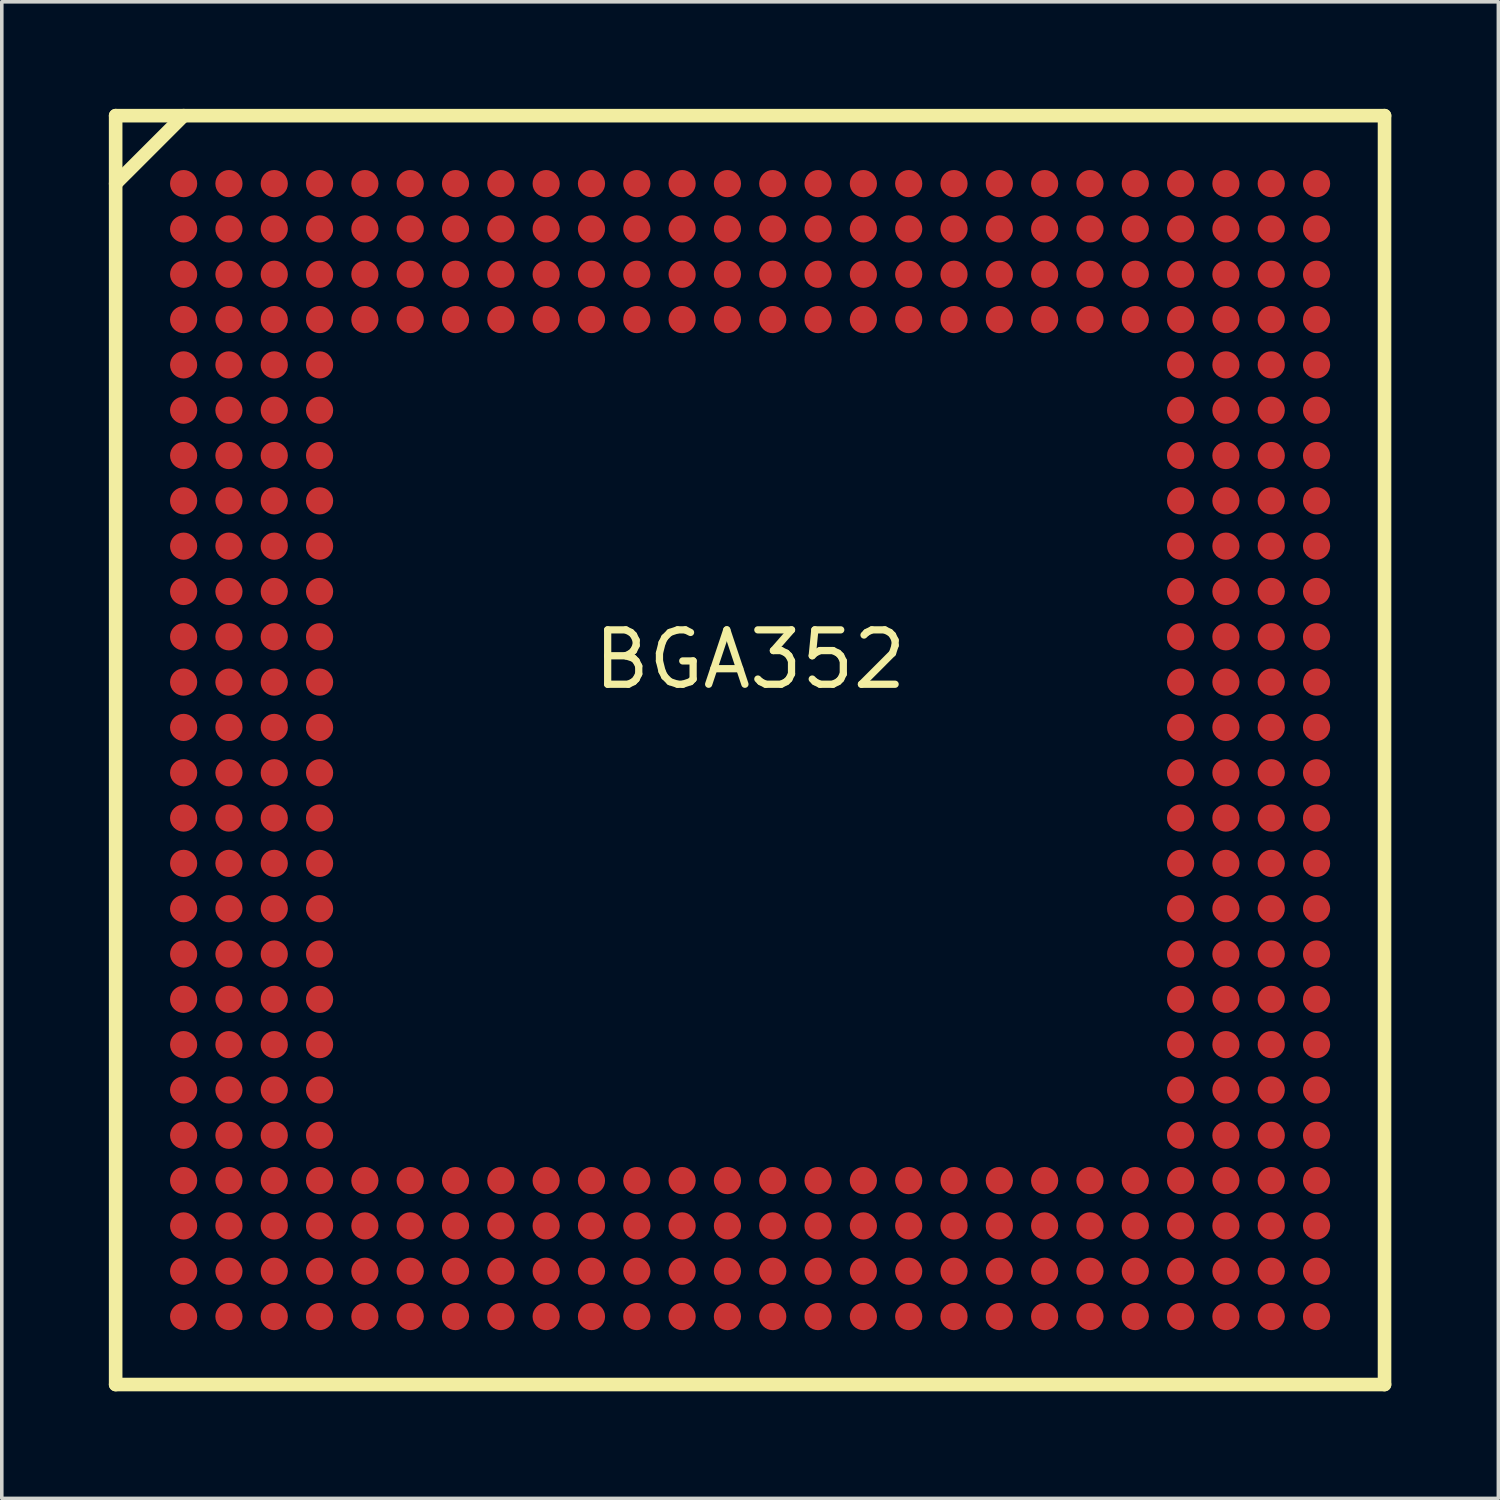
<source format=kicad_pcb>
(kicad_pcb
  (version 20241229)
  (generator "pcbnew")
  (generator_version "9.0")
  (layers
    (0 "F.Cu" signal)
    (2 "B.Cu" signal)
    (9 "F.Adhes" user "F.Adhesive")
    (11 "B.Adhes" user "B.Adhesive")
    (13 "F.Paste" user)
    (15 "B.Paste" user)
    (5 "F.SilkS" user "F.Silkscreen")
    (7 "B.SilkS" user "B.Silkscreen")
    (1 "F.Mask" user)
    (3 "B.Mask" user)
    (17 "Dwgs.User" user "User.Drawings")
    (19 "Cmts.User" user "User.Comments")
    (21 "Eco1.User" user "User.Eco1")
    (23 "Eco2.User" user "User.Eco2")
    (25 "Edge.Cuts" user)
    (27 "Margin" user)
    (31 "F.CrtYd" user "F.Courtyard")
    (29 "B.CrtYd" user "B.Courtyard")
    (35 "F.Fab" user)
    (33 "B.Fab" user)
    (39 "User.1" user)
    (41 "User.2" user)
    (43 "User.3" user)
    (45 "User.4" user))
  (footprint "BGA352"
    (layer "F.Cu")
    (at 17.971 17.971)
    (property "Reference" "BGA352" (at 0 -2.54 0) (layer "F.SilkS") (effects (font (size 1.524 1.524) (thickness 0.203))))
    (attr smd)
    (fp_line (start -17.78 -17.78) (end 17.78 -17.78) (stroke (width 0.381) (type solid)) (layer "F.SilkS"))
    (fp_line (start -17.78 -15.875) (end -15.875 -17.78) (stroke (width 0.381) (type solid)) (layer "F.SilkS"))
    (fp_line (start -17.78 17.78) (end -17.78 -17.78) (stroke (width 0.381) (type solid)) (layer "F.SilkS"))
    (fp_line (start 17.78 -17.78) (end 17.78 17.78) (stroke (width 0.381) (type solid)) (layer "F.SilkS"))
    (fp_line (start 17.78 17.78) (end -17.78 17.78) (stroke (width 0.381) (type solid)) (layer "F.SilkS"))
    (pad "A1" smd circle (at -15.875 -15.875) (size 0.762 0.762) (layers "F.Cu" "F.Mask" "F.Paste"))
    (pad "A2" smd circle (at -14.605 -15.875) (size 0.762 0.762) (layers "F.Cu" "F.Mask" "F.Paste"))
    (pad "A3" smd circle (at -13.335 -15.875) (size 0.762 0.762) (layers "F.Cu" "F.Mask" "F.Paste"))
    (pad "A4" smd circle (at -12.065 -15.875) (size 0.762 0.762) (layers "F.Cu" "F.Mask" "F.Paste"))
    (pad "A5" smd circle (at -10.795 -15.875) (size 0.762 0.762) (layers "F.Cu" "F.Mask" "F.Paste"))
    (pad "A6" smd circle (at -9.525 -15.875) (size 0.762 0.762) (layers "F.Cu" "F.Mask" "F.Paste"))
    (pad "A7" smd circle (at -8.255 -15.875) (size 0.762 0.762) (layers "F.Cu" "F.Mask" "F.Paste"))
    (pad "A8" smd circle (at -6.985 -15.875) (size 0.762 0.762) (layers "F.Cu" "F.Mask" "F.Paste"))
    (pad "A9" smd circle (at -5.715 -15.875) (size 0.762 0.762) (layers "F.Cu" "F.Mask" "F.Paste"))
    (pad "A10" smd circle (at -4.445 -15.875) (size 0.762 0.762) (layers "F.Cu" "F.Mask" "F.Paste"))
    (pad "A11" smd circle (at -3.175 -15.875) (size 0.762 0.762) (layers "F.Cu" "F.Mask" "F.Paste"))
    (pad "A12" smd circle (at -1.905 -15.875) (size 0.762 0.762) (layers "F.Cu" "F.Mask" "F.Paste"))
    (pad "A13" smd circle (at -0.635 -15.875) (size 0.762 0.762) (layers "F.Cu" "F.Mask" "F.Paste"))
    (pad "A14" smd circle (at 0.635 -15.875) (size 0.762 0.762) (layers "F.Cu" "F.Mask" "F.Paste"))
    (pad "A15" smd circle (at 1.905 -15.875) (size 0.762 0.762) (layers "F.Cu" "F.Mask" "F.Paste"))
    (pad "A16" smd circle (at 3.175 -15.875) (size 0.762 0.762) (layers "F.Cu" "F.Mask" "F.Paste"))
    (pad "A17" smd circle (at 4.445 -15.875) (size 0.762 0.762) (layers "F.Cu" "F.Mask" "F.Paste"))
    (pad "A18" smd circle (at 5.715 -15.875) (size 0.762 0.762) (layers "F.Cu" "F.Mask" "F.Paste"))
    (pad "A19" smd circle (at 6.985 -15.875) (size 0.762 0.762) (layers "F.Cu" "F.Mask" "F.Paste"))
    (pad "A20" smd circle (at 8.255 -15.875) (size 0.762 0.762) (layers "F.Cu" "F.Mask" "F.Paste"))
    (pad "A21" smd circle (at 9.525 -15.875) (size 0.762 0.762) (layers "F.Cu" "F.Mask" "F.Paste"))
    (pad "A22" smd circle (at 10.795 -15.875) (size 0.762 0.762) (layers "F.Cu" "F.Mask" "F.Paste"))
    (pad "A23" smd circle (at 12.065 -15.875) (size 0.762 0.762) (layers "F.Cu" "F.Mask" "F.Paste"))
    (pad "A24" smd circle (at 13.335 -15.875) (size 0.762 0.762) (layers "F.Cu" "F.Mask" "F.Paste"))
    (pad "A25" smd circle (at 14.605 -15.875) (size 0.762 0.762) (layers "F.Cu" "F.Mask" "F.Paste"))
    (pad "A26" smd circle (at 15.875 -15.875) (size 0.762 0.762) (layers "F.Cu" "F.Mask" "F.Paste"))
    (pad "AA1" smd circle (at -15.875 9.525) (size 0.762 0.762) (layers "F.Cu" "F.Mask" "F.Paste"))
    (pad "AA2" smd circle (at -14.605 9.525) (size 0.762 0.762) (layers "F.Cu" "F.Mask" "F.Paste"))
    (pad "AA3" smd circle (at -13.335 9.525) (size 0.762 0.762) (layers "F.Cu" "F.Mask" "F.Paste"))
    (pad "AA4" smd circle (at -12.065 9.525) (size 0.762 0.762) (layers "F.Cu" "F.Mask" "F.Paste"))
    (pad "AA23" smd circle (at 12.065 9.525) (size 0.762 0.762) (layers "F.Cu" "F.Mask" "F.Paste"))
    (pad "AA24" smd circle (at 13.335 9.525) (size 0.762 0.762) (layers "F.Cu" "F.Mask" "F.Paste"))
    (pad "AA25" smd circle (at 14.605 9.525) (size 0.762 0.762) (layers "F.Cu" "F.Mask" "F.Paste"))
    (pad "AA26" smd circle (at 15.875 9.525) (size 0.762 0.762) (layers "F.Cu" "F.Mask" "F.Paste"))
    (pad "AB1" smd circle (at -15.875 10.795) (size 0.762 0.762) (layers "F.Cu" "F.Mask" "F.Paste"))
    (pad "AB2" smd circle (at -14.605 10.795) (size 0.762 0.762) (layers "F.Cu" "F.Mask" "F.Paste"))
    (pad "AB3" smd circle (at -13.335 10.795) (size 0.762 0.762) (layers "F.Cu" "F.Mask" "F.Paste"))
    (pad "AB4" smd circle (at -12.065 10.795) (size 0.762 0.762) (layers "F.Cu" "F.Mask" "F.Paste"))
    (pad "AB23" smd circle (at 12.065 10.795) (size 0.762 0.762) (layers "F.Cu" "F.Mask" "F.Paste"))
    (pad "AB24" smd circle (at 13.335 10.795) (size 0.762 0.762) (layers "F.Cu" "F.Mask" "F.Paste"))
    (pad "AB25" smd circle (at 14.605 10.795) (size 0.762 0.762) (layers "F.Cu" "F.Mask" "F.Paste"))
    (pad "AB26" smd circle (at 15.875 10.795) (size 0.762 0.762) (layers "F.Cu" "F.Mask" "F.Paste"))
    (pad "AC1" smd circle (at -15.875 12.065) (size 0.762 0.762) (layers "F.Cu" "F.Mask" "F.Paste"))
    (pad "AC2" smd circle (at -14.605 12.065) (size 0.762 0.762) (layers "F.Cu" "F.Mask" "F.Paste"))
    (pad "AC3" smd circle (at -13.335 12.065) (size 0.762 0.762) (layers "F.Cu" "F.Mask" "F.Paste"))
    (pad "AC4" smd circle (at -12.065 12.065) (size 0.762 0.762) (layers "F.Cu" "F.Mask" "F.Paste"))
    (pad "AC5" smd circle (at -10.795 12.065) (size 0.762 0.762) (layers "F.Cu" "F.Mask" "F.Paste"))
    (pad "AC6" smd circle (at -9.525 12.065) (size 0.762 0.762) (layers "F.Cu" "F.Mask" "F.Paste"))
    (pad "AC7" smd circle (at -8.255 12.065) (size 0.762 0.762) (layers "F.Cu" "F.Mask" "F.Paste"))
    (pad "AC8" smd circle (at -6.985 12.065) (size 0.762 0.762) (layers "F.Cu" "F.Mask" "F.Paste"))
    (pad "AC9" smd circle (at -5.715 12.065) (size 0.762 0.762) (layers "F.Cu" "F.Mask" "F.Paste"))
    (pad "AC10" smd circle (at -4.445 12.065) (size 0.762 0.762) (layers "F.Cu" "F.Mask" "F.Paste"))
    (pad "AC11" smd circle (at -3.175 12.065) (size 0.762 0.762) (layers "F.Cu" "F.Mask" "F.Paste"))
    (pad "AC12" smd circle (at -1.905 12.065) (size 0.762 0.762) (layers "F.Cu" "F.Mask" "F.Paste"))
    (pad "AC13" smd circle (at -0.635 12.065) (size 0.762 0.762) (layers "F.Cu" "F.Mask" "F.Paste"))
    (pad "AC14" smd circle (at 0.635 12.065) (size 0.762 0.762) (layers "F.Cu" "F.Mask" "F.Paste"))
    (pad "AC15" smd circle (at 1.905 12.065) (size 0.762 0.762) (layers "F.Cu" "F.Mask" "F.Paste"))
    (pad "AC16" smd circle (at 3.175 12.065) (size 0.762 0.762) (layers "F.Cu" "F.Mask" "F.Paste"))
    (pad "AC17" smd circle (at 4.445 12.065) (size 0.762 0.762) (layers "F.Cu" "F.Mask" "F.Paste"))
    (pad "AC18" smd circle (at 5.715 12.065) (size 0.762 0.762) (layers "F.Cu" "F.Mask" "F.Paste"))
    (pad "AC19" smd circle (at 6.985 12.065) (size 0.762 0.762) (layers "F.Cu" "F.Mask" "F.Paste"))
    (pad "AC20" smd circle (at 8.255 12.065) (size 0.762 0.762) (layers "F.Cu" "F.Mask" "F.Paste"))
    (pad "AC21" smd circle (at 9.525 12.065) (size 0.762 0.762) (layers "F.Cu" "F.Mask" "F.Paste"))
    (pad "AC22" smd circle (at 10.795 12.065) (size 0.762 0.762) (layers "F.Cu" "F.Mask" "F.Paste"))
    (pad "AC23" smd circle (at 12.065 12.065) (size 0.762 0.762) (layers "F.Cu" "F.Mask" "F.Paste"))
    (pad "AC24" smd circle (at 13.335 12.065) (size 0.762 0.762) (layers "F.Cu" "F.Mask" "F.Paste"))
    (pad "AC25" smd circle (at 14.605 12.065) (size 0.762 0.762) (layers "F.Cu" "F.Mask" "F.Paste"))
    (pad "AC26" smd circle (at 15.875 12.065) (size 0.762 0.762) (layers "F.Cu" "F.Mask" "F.Paste"))
    (pad "AD1" smd circle (at -15.875 13.335) (size 0.762 0.762) (layers "F.Cu" "F.Mask" "F.Paste"))
    (pad "AD2" smd circle (at -14.605 13.335) (size 0.762 0.762) (layers "F.Cu" "F.Mask" "F.Paste"))
    (pad "AD3" smd circle (at -13.335 13.335) (size 0.762 0.762) (layers "F.Cu" "F.Mask" "F.Paste"))
    (pad "AD4" smd circle (at -12.065 13.335) (size 0.762 0.762) (layers "F.Cu" "F.Mask" "F.Paste"))
    (pad "AD5" smd circle (at -10.795 13.335) (size 0.762 0.762) (layers "F.Cu" "F.Mask" "F.Paste"))
    (pad "AD6" smd circle (at -9.525 13.335) (size 0.762 0.762) (layers "F.Cu" "F.Mask" "F.Paste"))
    (pad "AD7" smd circle (at -8.255 13.335) (size 0.762 0.762) (layers "F.Cu" "F.Mask" "F.Paste"))
    (pad "AD8" smd circle (at -6.985 13.335) (size 0.762 0.762) (layers "F.Cu" "F.Mask" "F.Paste"))
    (pad "AD9" smd circle (at -5.715 13.335) (size 0.762 0.762) (layers "F.Cu" "F.Mask" "F.Paste"))
    (pad "AD10" smd circle (at -4.445 13.335) (size 0.762 0.762) (layers "F.Cu" "F.Mask" "F.Paste"))
    (pad "AD11" smd circle (at -3.175 13.335) (size 0.762 0.762) (layers "F.Cu" "F.Mask" "F.Paste"))
    (pad "AD12" smd circle (at -1.905 13.335) (size 0.762 0.762) (layers "F.Cu" "F.Mask" "F.Paste"))
    (pad "AD13" smd circle (at -0.635 13.335) (size 0.762 0.762) (layers "F.Cu" "F.Mask" "F.Paste"))
    (pad "AD14" smd circle (at 0.635 13.335) (size 0.762 0.762) (layers "F.Cu" "F.Mask" "F.Paste"))
    (pad "AD15" smd circle (at 1.905 13.335) (size 0.762 0.762) (layers "F.Cu" "F.Mask" "F.Paste"))
    (pad "AD16" smd circle (at 3.175 13.335) (size 0.762 0.762) (layers "F.Cu" "F.Mask" "F.Paste"))
    (pad "AD17" smd circle (at 4.445 13.335) (size 0.762 0.762) (layers "F.Cu" "F.Mask" "F.Paste"))
    (pad "AD18" smd circle (at 5.715 13.335) (size 0.762 0.762) (layers "F.Cu" "F.Mask" "F.Paste"))
    (pad "AD19" smd circle (at 6.985 13.335) (size 0.762 0.762) (layers "F.Cu" "F.Mask" "F.Paste"))
    (pad "AD20" smd circle (at 8.255 13.335) (size 0.762 0.762) (layers "F.Cu" "F.Mask" "F.Paste"))
    (pad "AD21" smd circle (at 9.525 13.335) (size 0.762 0.762) (layers "F.Cu" "F.Mask" "F.Paste"))
    (pad "AD22" smd circle (at 10.795 13.335) (size 0.762 0.762) (layers "F.Cu" "F.Mask" "F.Paste"))
    (pad "AD23" smd circle (at 12.065 13.335) (size 0.762 0.762) (layers "F.Cu" "F.Mask" "F.Paste"))
    (pad "AD24" smd circle (at 13.335 13.335) (size 0.762 0.762) (layers "F.Cu" "F.Mask" "F.Paste"))
    (pad "AD25" smd circle (at 14.605 13.335) (size 0.762 0.762) (layers "F.Cu" "F.Mask" "F.Paste"))
    (pad "AD26" smd circle (at 15.875 13.335) (size 0.762 0.762) (layers "F.Cu" "F.Mask" "F.Paste"))
    (pad "AE1" smd circle (at -15.875 14.605) (size 0.762 0.762) (layers "F.Cu" "F.Mask" "F.Paste"))
    (pad "AE2" smd circle (at -14.605 14.605) (size 0.762 0.762) (layers "F.Cu" "F.Mask" "F.Paste"))
    (pad "AE3" smd circle (at -13.335 14.605) (size 0.762 0.762) (layers "F.Cu" "F.Mask" "F.Paste"))
    (pad "AE4" smd circle (at -12.065 14.605) (size 0.762 0.762) (layers "F.Cu" "F.Mask" "F.Paste"))
    (pad "AE5" smd circle (at -10.795 14.605) (size 0.762 0.762) (layers "F.Cu" "F.Mask" "F.Paste"))
    (pad "AE6" smd circle (at -9.525 14.605) (size 0.762 0.762) (layers "F.Cu" "F.Mask" "F.Paste"))
    (pad "AE7" smd circle (at -8.255 14.605) (size 0.762 0.762) (layers "F.Cu" "F.Mask" "F.Paste"))
    (pad "AE8" smd circle (at -6.985 14.605) (size 0.762 0.762) (layers "F.Cu" "F.Mask" "F.Paste"))
    (pad "AE9" smd circle (at -5.715 14.605) (size 0.762 0.762) (layers "F.Cu" "F.Mask" "F.Paste"))
    (pad "AE10" smd circle (at -4.445 14.605) (size 0.762 0.762) (layers "F.Cu" "F.Mask" "F.Paste"))
    (pad "AE11" smd circle (at -3.175 14.605) (size 0.762 0.762) (layers "F.Cu" "F.Mask" "F.Paste"))
    (pad "AE12" smd circle (at -1.905 14.605) (size 0.762 0.762) (layers "F.Cu" "F.Mask" "F.Paste"))
    (pad "AE13" smd circle (at -0.635 14.605) (size 0.762 0.762) (layers "F.Cu" "F.Mask" "F.Paste"))
    (pad "AE14" smd circle (at 0.635 14.605) (size 0.762 0.762) (layers "F.Cu" "F.Mask" "F.Paste"))
    (pad "AE15" smd circle (at 1.905 14.605) (size 0.762 0.762) (layers "F.Cu" "F.Mask" "F.Paste"))
    (pad "AE16" smd circle (at 3.175 14.605) (size 0.762 0.762) (layers "F.Cu" "F.Mask" "F.Paste"))
    (pad "AE17" smd circle (at 4.445 14.605) (size 0.762 0.762) (layers "F.Cu" "F.Mask" "F.Paste"))
    (pad "AE18" smd circle (at 5.715 14.605) (size 0.762 0.762) (layers "F.Cu" "F.Mask" "F.Paste"))
    (pad "AE19" smd circle (at 6.985 14.605) (size 0.762 0.762) (layers "F.Cu" "F.Mask" "F.Paste"))
    (pad "AE20" smd circle (at 8.255 14.605) (size 0.762 0.762) (layers "F.Cu" "F.Mask" "F.Paste"))
    (pad "AE21" smd circle (at 9.525 14.605) (size 0.762 0.762) (layers "F.Cu" "F.Mask" "F.Paste"))
    (pad "AE22" smd circle (at 10.795 14.605) (size 0.762 0.762) (layers "F.Cu" "F.Mask" "F.Paste"))
    (pad "AE23" smd circle (at 12.065 14.605) (size 0.762 0.762) (layers "F.Cu" "F.Mask" "F.Paste"))
    (pad "AE24" smd circle (at 13.335 14.605) (size 0.762 0.762) (layers "F.Cu" "F.Mask" "F.Paste"))
    (pad "AE25" smd circle (at 14.605 14.605) (size 0.762 0.762) (layers "F.Cu" "F.Mask" "F.Paste"))
    (pad "AE26" smd circle (at 15.875 14.605) (size 0.762 0.762) (layers "F.Cu" "F.Mask" "F.Paste"))
    (pad "AF1" smd circle (at -15.875 15.875) (size 0.762 0.762) (layers "F.Cu" "F.Mask" "F.Paste"))
    (pad "AF2" smd circle (at -14.605 15.875) (size 0.762 0.762) (layers "F.Cu" "F.Mask" "F.Paste"))
    (pad "AF3" smd circle (at -13.335 15.875) (size 0.762 0.762) (layers "F.Cu" "F.Mask" "F.Paste"))
    (pad "AF4" smd circle (at -12.065 15.875) (size 0.762 0.762) (layers "F.Cu" "F.Mask" "F.Paste"))
    (pad "AF5" smd circle (at -10.795 15.875) (size 0.762 0.762) (layers "F.Cu" "F.Mask" "F.Paste"))
    (pad "AF6" smd circle (at -9.525 15.875) (size 0.762 0.762) (layers "F.Cu" "F.Mask" "F.Paste"))
    (pad "AF7" smd circle (at -8.255 15.875) (size 0.762 0.762) (layers "F.Cu" "F.Mask" "F.Paste"))
    (pad "AF8" smd circle (at -6.985 15.875) (size 0.762 0.762) (layers "F.Cu" "F.Mask" "F.Paste"))
    (pad "AF9" smd circle (at -5.715 15.875) (size 0.762 0.762) (layers "F.Cu" "F.Mask" "F.Paste"))
    (pad "AF10" smd circle (at -4.445 15.875) (size 0.762 0.762) (layers "F.Cu" "F.Mask" "F.Paste"))
    (pad "AF11" smd circle (at -3.175 15.875) (size 0.762 0.762) (layers "F.Cu" "F.Mask" "F.Paste"))
    (pad "AF12" smd circle (at -1.905 15.875) (size 0.762 0.762) (layers "F.Cu" "F.Mask" "F.Paste"))
    (pad "AF13" smd circle (at -0.635 15.875) (size 0.762 0.762) (layers "F.Cu" "F.Mask" "F.Paste"))
    (pad "AF14" smd circle (at 0.635 15.875) (size 0.762 0.762) (layers "F.Cu" "F.Mask" "F.Paste"))
    (pad "AF15" smd circle (at 1.905 15.875) (size 0.762 0.762) (layers "F.Cu" "F.Mask" "F.Paste"))
    (pad "AF16" smd circle (at 3.175 15.875) (size 0.762 0.762) (layers "F.Cu" "F.Mask" "F.Paste"))
    (pad "AF17" smd circle (at 4.445 15.875) (size 0.762 0.762) (layers "F.Cu" "F.Mask" "F.Paste"))
    (pad "AF18" smd circle (at 5.715 15.875) (size 0.762 0.762) (layers "F.Cu" "F.Mask" "F.Paste"))
    (pad "AF19" smd circle (at 6.985 15.875) (size 0.762 0.762) (layers "F.Cu" "F.Mask" "F.Paste"))
    (pad "AF20" smd circle (at 8.255 15.875) (size 0.762 0.762) (layers "F.Cu" "F.Mask" "F.Paste"))
    (pad "AF21" smd circle (at 9.525 15.875) (size 0.762 0.762) (layers "F.Cu" "F.Mask" "F.Paste"))
    (pad "AF22" smd circle (at 10.795 15.875) (size 0.762 0.762) (layers "F.Cu" "F.Mask" "F.Paste"))
    (pad "AF23" smd circle (at 12.065 15.875) (size 0.762 0.762) (layers "F.Cu" "F.Mask" "F.Paste"))
    (pad "AF24" smd circle (at 13.335 15.875) (size 0.762 0.762) (layers "F.Cu" "F.Mask" "F.Paste"))
    (pad "AF25" smd circle (at 14.605 15.875) (size 0.762 0.762) (layers "F.Cu" "F.Mask" "F.Paste"))
    (pad "AF26" smd circle (at 15.875 15.875) (size 0.762 0.762) (layers "F.Cu" "F.Mask" "F.Paste"))
    (pad "B1" smd circle (at -15.875 -14.605) (size 0.762 0.762) (layers "F.Cu" "F.Mask" "F.Paste"))
    (pad "B2" smd circle (at -14.605 -14.605) (size 0.762 0.762) (layers "F.Cu" "F.Mask" "F.Paste"))
    (pad "B3" smd circle (at -13.335 -14.605) (size 0.762 0.762) (layers "F.Cu" "F.Mask" "F.Paste"))
    (pad "B4" smd circle (at -12.065 -14.605) (size 0.762 0.762) (layers "F.Cu" "F.Mask" "F.Paste"))
    (pad "B5" smd circle (at -10.795 -14.605) (size 0.762 0.762) (layers "F.Cu" "F.Mask" "F.Paste"))
    (pad "B6" smd circle (at -9.525 -14.605) (size 0.762 0.762) (layers "F.Cu" "F.Mask" "F.Paste"))
    (pad "B7" smd circle (at -8.255 -14.605) (size 0.762 0.762) (layers "F.Cu" "F.Mask" "F.Paste"))
    (pad "B8" smd circle (at -6.985 -14.605) (size 0.762 0.762) (layers "F.Cu" "F.Mask" "F.Paste"))
    (pad "B9" smd circle (at -5.715 -14.605) (size 0.762 0.762) (layers "F.Cu" "F.Mask" "F.Paste"))
    (pad "B10" smd circle (at -4.445 -14.605) (size 0.762 0.762) (layers "F.Cu" "F.Mask" "F.Paste"))
    (pad "B11" smd circle (at -3.175 -14.605) (size 0.762 0.762) (layers "F.Cu" "F.Mask" "F.Paste"))
    (pad "B12" smd circle (at -1.905 -14.605) (size 0.762 0.762) (layers "F.Cu" "F.Mask" "F.Paste"))
    (pad "B13" smd circle (at -0.635 -14.605) (size 0.762 0.762) (layers "F.Cu" "F.Mask" "F.Paste"))
    (pad "B14" smd circle (at 0.635 -14.605) (size 0.762 0.762) (layers "F.Cu" "F.Mask" "F.Paste"))
    (pad "B15" smd circle (at 1.905 -14.605) (size 0.762 0.762) (layers "F.Cu" "F.Mask" "F.Paste"))
    (pad "B16" smd circle (at 3.175 -14.605) (size 0.762 0.762) (layers "F.Cu" "F.Mask" "F.Paste"))
    (pad "B17" smd circle (at 4.445 -14.605) (size 0.762 0.762) (layers "F.Cu" "F.Mask" "F.Paste"))
    (pad "B18" smd circle (at 5.715 -14.605) (size 0.762 0.762) (layers "F.Cu" "F.Mask" "F.Paste"))
    (pad "B19" smd circle (at 6.985 -14.605) (size 0.762 0.762) (layers "F.Cu" "F.Mask" "F.Paste"))
    (pad "B20" smd circle (at 8.255 -14.605) (size 0.762 0.762) (layers "F.Cu" "F.Mask" "F.Paste"))
    (pad "B21" smd circle (at 9.525 -14.605) (size 0.762 0.762) (layers "F.Cu" "F.Mask" "F.Paste"))
    (pad "B22" smd circle (at 10.795 -14.605) (size 0.762 0.762) (layers "F.Cu" "F.Mask" "F.Paste"))
    (pad "B23" smd circle (at 12.065 -14.605) (size 0.762 0.762) (layers "F.Cu" "F.Mask" "F.Paste"))
    (pad "B24" smd circle (at 13.335 -14.605) (size 0.762 0.762) (layers "F.Cu" "F.Mask" "F.Paste"))
    (pad "B25" smd circle (at 14.605 -14.605) (size 0.762 0.762) (layers "F.Cu" "F.Mask" "F.Paste"))
    (pad "B26" smd circle (at 15.875 -14.605) (size 0.762 0.762) (layers "F.Cu" "F.Mask" "F.Paste"))
    (pad "C1" smd circle (at -15.875 -13.335) (size 0.762 0.762) (layers "F.Cu" "F.Mask" "F.Paste"))
    (pad "C2" smd circle (at -14.605 -13.335) (size 0.762 0.762) (layers "F.Cu" "F.Mask" "F.Paste"))
    (pad "C3" smd circle (at -13.335 -13.335) (size 0.762 0.762) (layers "F.Cu" "F.Mask" "F.Paste"))
    (pad "C4" smd circle (at -12.065 -13.335) (size 0.762 0.762) (layers "F.Cu" "F.Mask" "F.Paste"))
    (pad "C5" smd circle (at -10.795 -13.335) (size 0.762 0.762) (layers "F.Cu" "F.Mask" "F.Paste"))
    (pad "C6" smd circle (at -9.525 -13.335) (size 0.762 0.762) (layers "F.Cu" "F.Mask" "F.Paste"))
    (pad "C7" smd circle (at -8.255 -13.335) (size 0.762 0.762) (layers "F.Cu" "F.Mask" "F.Paste"))
    (pad "C8" smd circle (at -6.985 -13.335) (size 0.762 0.762) (layers "F.Cu" "F.Mask" "F.Paste"))
    (pad "C9" smd circle (at -5.715 -13.335) (size 0.762 0.762) (layers "F.Cu" "F.Mask" "F.Paste"))
    (pad "C10" smd circle (at -4.445 -13.335) (size 0.762 0.762) (layers "F.Cu" "F.Mask" "F.Paste"))
    (pad "C11" smd circle (at -3.175 -13.335) (size 0.762 0.762) (layers "F.Cu" "F.Mask" "F.Paste"))
    (pad "C12" smd circle (at -1.905 -13.335) (size 0.762 0.762) (layers "F.Cu" "F.Mask" "F.Paste"))
    (pad "C13" smd circle (at -0.635 -13.335) (size 0.762 0.762) (layers "F.Cu" "F.Mask" "F.Paste"))
    (pad "C14" smd circle (at 0.635 -13.335) (size 0.762 0.762) (layers "F.Cu" "F.Mask" "F.Paste"))
    (pad "C15" smd circle (at 1.905 -13.335) (size 0.762 0.762) (layers "F.Cu" "F.Mask" "F.Paste"))
    (pad "C16" smd circle (at 3.175 -13.335) (size 0.762 0.762) (layers "F.Cu" "F.Mask" "F.Paste"))
    (pad "C17" smd circle (at 4.445 -13.335) (size 0.762 0.762) (layers "F.Cu" "F.Mask" "F.Paste"))
    (pad "C18" smd circle (at 5.715 -13.335) (size 0.762 0.762) (layers "F.Cu" "F.Mask" "F.Paste"))
    (pad "C19" smd circle (at 6.985 -13.335) (size 0.762 0.762) (layers "F.Cu" "F.Mask" "F.Paste"))
    (pad "C20" smd circle (at 8.255 -13.335) (size 0.762 0.762) (layers "F.Cu" "F.Mask" "F.Paste"))
    (pad "C21" smd circle (at 9.525 -13.335) (size 0.762 0.762) (layers "F.Cu" "F.Mask" "F.Paste"))
    (pad "C22" smd circle (at 10.795 -13.335) (size 0.762 0.762) (layers "F.Cu" "F.Mask" "F.Paste"))
    (pad "C23" smd circle (at 12.065 -13.335) (size 0.762 0.762) (layers "F.Cu" "F.Mask" "F.Paste"))
    (pad "C24" smd circle (at 13.335 -13.335) (size 0.762 0.762) (layers "F.Cu" "F.Mask" "F.Paste"))
    (pad "C25" smd circle (at 14.605 -13.335) (size 0.762 0.762) (layers "F.Cu" "F.Mask" "F.Paste"))
    (pad "C26" smd circle (at 15.875 -13.335) (size 0.762 0.762) (layers "F.Cu" "F.Mask" "F.Paste"))
    (pad "D1" smd circle (at -15.875 -12.065) (size 0.762 0.762) (layers "F.Cu" "F.Mask" "F.Paste"))
    (pad "D2" smd circle (at -14.605 -12.065) (size 0.762 0.762) (layers "F.Cu" "F.Mask" "F.Paste"))
    (pad "D3" smd circle (at -13.335 -12.065) (size 0.762 0.762) (layers "F.Cu" "F.Mask" "F.Paste"))
    (pad "D4" smd circle (at -12.065 -12.065) (size 0.762 0.762) (layers "F.Cu" "F.Mask" "F.Paste"))
    (pad "D5" smd circle (at -10.795 -12.065) (size 0.762 0.762) (layers "F.Cu" "F.Mask" "F.Paste"))
    (pad "D6" smd circle (at -9.525 -12.065) (size 0.762 0.762) (layers "F.Cu" "F.Mask" "F.Paste"))
    (pad "D7" smd circle (at -8.255 -12.065) (size 0.762 0.762) (layers "F.Cu" "F.Mask" "F.Paste"))
    (pad "D8" smd circle (at -6.985 -12.065) (size 0.762 0.762) (layers "F.Cu" "F.Mask" "F.Paste"))
    (pad "D9" smd circle (at -5.715 -12.065) (size 0.762 0.762) (layers "F.Cu" "F.Mask" "F.Paste"))
    (pad "D10" smd circle (at -4.445 -12.065) (size 0.762 0.762) (layers "F.Cu" "F.Mask" "F.Paste"))
    (pad "D11" smd circle (at -3.175 -12.065) (size 0.762 0.762) (layers "F.Cu" "F.Mask" "F.Paste"))
    (pad "D12" smd circle (at -1.905 -12.065) (size 0.762 0.762) (layers "F.Cu" "F.Mask" "F.Paste"))
    (pad "D13" smd circle (at -0.635 -12.065) (size 0.762 0.762) (layers "F.Cu" "F.Mask" "F.Paste"))
    (pad "D14" smd circle (at 0.635 -12.065) (size 0.762 0.762) (layers "F.Cu" "F.Mask" "F.Paste"))
    (pad "D15" smd circle (at 1.905 -12.065) (size 0.762 0.762) (layers "F.Cu" "F.Mask" "F.Paste"))
    (pad "D16" smd circle (at 3.175 -12.065) (size 0.762 0.762) (layers "F.Cu" "F.Mask" "F.Paste"))
    (pad "D17" smd circle (at 4.445 -12.065) (size 0.762 0.762) (layers "F.Cu" "F.Mask" "F.Paste"))
    (pad "D18" smd circle (at 5.715 -12.065) (size 0.762 0.762) (layers "F.Cu" "F.Mask" "F.Paste"))
    (pad "D19" smd circle (at 6.985 -12.065) (size 0.762 0.762) (layers "F.Cu" "F.Mask" "F.Paste"))
    (pad "D20" smd circle (at 8.255 -12.065) (size 0.762 0.762) (layers "F.Cu" "F.Mask" "F.Paste"))
    (pad "D21" smd circle (at 9.525 -12.065) (size 0.762 0.762) (layers "F.Cu" "F.Mask" "F.Paste"))
    (pad "D22" smd circle (at 10.795 -12.065) (size 0.762 0.762) (layers "F.Cu" "F.Mask" "F.Paste"))
    (pad "D23" smd circle (at 12.065 -12.065) (size 0.762 0.762) (layers "F.Cu" "F.Mask" "F.Paste"))
    (pad "D24" smd circle (at 13.335 -12.065) (size 0.762 0.762) (layers "F.Cu" "F.Mask" "F.Paste"))
    (pad "D25" smd circle (at 14.605 -12.065) (size 0.762 0.762) (layers "F.Cu" "F.Mask" "F.Paste"))
    (pad "D26" smd circle (at 15.875 -12.065) (size 0.762 0.762) (layers "F.Cu" "F.Mask" "F.Paste"))
    (pad "E1" smd circle (at -15.875 -10.795) (size 0.762 0.762) (layers "F.Cu" "F.Mask" "F.Paste"))
    (pad "E2" smd circle (at -14.605 -10.795) (size 0.762 0.762) (layers "F.Cu" "F.Mask" "F.Paste"))
    (pad "E3" smd circle (at -13.335 -10.795) (size 0.762 0.762) (layers "F.Cu" "F.Mask" "F.Paste"))
    (pad "E4" smd circle (at -12.065 -10.795) (size 0.762 0.762) (layers "F.Cu" "F.Mask" "F.Paste"))
    (pad "E23" smd circle (at 12.065 -10.795) (size 0.762 0.762) (layers "F.Cu" "F.Mask" "F.Paste"))
    (pad "E24" smd circle (at 13.335 -10.795) (size 0.762 0.762) (layers "F.Cu" "F.Mask" "F.Paste"))
    (pad "E25" smd circle (at 14.605 -10.795) (size 0.762 0.762) (layers "F.Cu" "F.Mask" "F.Paste"))
    (pad "E26" smd circle (at 15.875 -10.795) (size 0.762 0.762) (layers "F.Cu" "F.Mask" "F.Paste"))
    (pad "F1" smd circle (at -15.875 -9.525) (size 0.762 0.762) (layers "F.Cu" "F.Mask" "F.Paste"))
    (pad "F2" smd circle (at -14.605 -9.525) (size 0.762 0.762) (layers "F.Cu" "F.Mask" "F.Paste"))
    (pad "F3" smd circle (at -13.335 -9.525) (size 0.762 0.762) (layers "F.Cu" "F.Mask" "F.Paste"))
    (pad "F4" smd circle (at -12.065 -9.525) (size 0.762 0.762) (layers "F.Cu" "F.Mask" "F.Paste"))
    (pad "F23" smd circle (at 12.065 -9.525) (size 0.762 0.762) (layers "F.Cu" "F.Mask" "F.Paste"))
    (pad "F24" smd circle (at 13.335 -9.525) (size 0.762 0.762) (layers "F.Cu" "F.Mask" "F.Paste"))
    (pad "F25" smd circle (at 14.605 -9.525) (size 0.762 0.762) (layers "F.Cu" "F.Mask" "F.Paste"))
    (pad "F26" smd circle (at 15.875 -9.525) (size 0.762 0.762) (layers "F.Cu" "F.Mask" "F.Paste"))
    (pad "G1" smd circle (at -15.875 -8.255) (size 0.762 0.762) (layers "F.Cu" "F.Mask" "F.Paste"))
    (pad "G2" smd circle (at -14.605 -8.255) (size 0.762 0.762) (layers "F.Cu" "F.Mask" "F.Paste"))
    (pad "G3" smd circle (at -13.335 -8.255) (size 0.762 0.762) (layers "F.Cu" "F.Mask" "F.Paste"))
    (pad "G4" smd circle (at -12.065 -8.255) (size 0.762 0.762) (layers "F.Cu" "F.Mask" "F.Paste"))
    (pad "G23" smd circle (at 12.065 -8.255) (size 0.762 0.762) (layers "F.Cu" "F.Mask" "F.Paste"))
    (pad "G24" smd circle (at 13.335 -8.255) (size 0.762 0.762) (layers "F.Cu" "F.Mask" "F.Paste"))
    (pad "G25" smd circle (at 14.605 -8.255) (size 0.762 0.762) (layers "F.Cu" "F.Mask" "F.Paste"))
    (pad "G26" smd circle (at 15.875 -8.255) (size 0.762 0.762) (layers "F.Cu" "F.Mask" "F.Paste"))
    (pad "H1" smd circle (at -15.875 -6.985) (size 0.762 0.762) (layers "F.Cu" "F.Mask" "F.Paste"))
    (pad "H2" smd circle (at -14.605 -6.985) (size 0.762 0.762) (layers "F.Cu" "F.Mask" "F.Paste"))
    (pad "H3" smd circle (at -13.335 -6.985) (size 0.762 0.762) (layers "F.Cu" "F.Mask" "F.Paste"))
    (pad "H4" smd circle (at -12.065 -6.985) (size 0.762 0.762) (layers "F.Cu" "F.Mask" "F.Paste"))
    (pad "H23" smd circle (at 12.065 -6.985) (size 0.762 0.762) (layers "F.Cu" "F.Mask" "F.Paste"))
    (pad "H24" smd circle (at 13.335 -6.985) (size 0.762 0.762) (layers "F.Cu" "F.Mask" "F.Paste"))
    (pad "H25" smd circle (at 14.605 -6.985) (size 0.762 0.762) (layers "F.Cu" "F.Mask" "F.Paste"))
    (pad "H26" smd circle (at 15.875 -6.985) (size 0.762 0.762) (layers "F.Cu" "F.Mask" "F.Paste"))
    (pad "J1" smd circle (at -15.875 -5.715) (size 0.762 0.762) (layers "F.Cu" "F.Mask" "F.Paste"))
    (pad "J2" smd circle (at -14.605 -5.715) (size 0.762 0.762) (layers "F.Cu" "F.Mask" "F.Paste"))
    (pad "J3" smd circle (at -13.335 -5.715) (size 0.762 0.762) (layers "F.Cu" "F.Mask" "F.Paste"))
    (pad "J4" smd circle (at -12.065 -5.715) (size 0.762 0.762) (layers "F.Cu" "F.Mask" "F.Paste"))
    (pad "J23" smd circle (at 12.065 -5.715) (size 0.762 0.762) (layers "F.Cu" "F.Mask" "F.Paste"))
    (pad "J24" smd circle (at 13.335 -5.715) (size 0.762 0.762) (layers "F.Cu" "F.Mask" "F.Paste"))
    (pad "J25" smd circle (at 14.605 -5.715) (size 0.762 0.762) (layers "F.Cu" "F.Mask" "F.Paste"))
    (pad "J26" smd circle (at 15.875 -5.715) (size 0.762 0.762) (layers "F.Cu" "F.Mask" "F.Paste"))
    (pad "K1" smd circle (at -15.875 -4.445) (size 0.762 0.762) (layers "F.Cu" "F.Mask" "F.Paste"))
    (pad "K2" smd circle (at -14.605 -4.445) (size 0.762 0.762) (layers "F.Cu" "F.Mask" "F.Paste"))
    (pad "K3" smd circle (at -13.335 -4.445) (size 0.762 0.762) (layers "F.Cu" "F.Mask" "F.Paste"))
    (pad "K4" smd circle (at -12.065 -4.445) (size 0.762 0.762) (layers "F.Cu" "F.Mask" "F.Paste"))
    (pad "K23" smd circle (at 12.065 -4.445) (size 0.762 0.762) (layers "F.Cu" "F.Mask" "F.Paste"))
    (pad "K24" smd circle (at 13.335 -4.445) (size 0.762 0.762) (layers "F.Cu" "F.Mask" "F.Paste"))
    (pad "K25" smd circle (at 14.605 -4.445) (size 0.762 0.762) (layers "F.Cu" "F.Mask" "F.Paste"))
    (pad "K26" smd circle (at 15.875 -4.445) (size 0.762 0.762) (layers "F.Cu" "F.Mask" "F.Paste"))
    (pad "L1" smd circle (at -15.875 -3.175) (size 0.762 0.762) (layers "F.Cu" "F.Mask" "F.Paste"))
    (pad "L2" smd circle (at -14.605 -3.175) (size 0.762 0.762) (layers "F.Cu" "F.Mask" "F.Paste"))
    (pad "L3" smd circle (at -13.335 -3.175) (size 0.762 0.762) (layers "F.Cu" "F.Mask" "F.Paste"))
    (pad "L4" smd circle (at -12.065 -3.175) (size 0.762 0.762) (layers "F.Cu" "F.Mask" "F.Paste"))
    (pad "L23" smd circle (at 12.065 -3.175) (size 0.762 0.762) (layers "F.Cu" "F.Mask" "F.Paste"))
    (pad "L24" smd circle (at 13.335 -3.175) (size 0.762 0.762) (layers "F.Cu" "F.Mask" "F.Paste"))
    (pad "L25" smd circle (at 14.605 -3.175) (size 0.762 0.762) (layers "F.Cu" "F.Mask" "F.Paste"))
    (pad "L26" smd circle (at 15.875 -3.175) (size 0.762 0.762) (layers "F.Cu" "F.Mask" "F.Paste"))
    (pad "M1" smd circle (at -15.875 -1.905) (size 0.762 0.762) (layers "F.Cu" "F.Mask" "F.Paste"))
    (pad "M2" smd circle (at -14.605 -1.905) (size 0.762 0.762) (layers "F.Cu" "F.Mask" "F.Paste"))
    (pad "M3" smd circle (at -13.335 -1.905) (size 0.762 0.762) (layers "F.Cu" "F.Mask" "F.Paste"))
    (pad "M4" smd circle (at -12.065 -1.905) (size 0.762 0.762) (layers "F.Cu" "F.Mask" "F.Paste"))
    (pad "M23" smd circle (at 12.065 -1.905) (size 0.762 0.762) (layers "F.Cu" "F.Mask" "F.Paste"))
    (pad "M24" smd circle (at 13.335 -1.905) (size 0.762 0.762) (layers "F.Cu" "F.Mask" "F.Paste"))
    (pad "M25" smd circle (at 14.605 -1.905) (size 0.762 0.762) (layers "F.Cu" "F.Mask" "F.Paste"))
    (pad "M26" smd circle (at 15.875 -1.905) (size 0.762 0.762) (layers "F.Cu" "F.Mask" "F.Paste"))
    (pad "N1" smd circle (at -15.875 -0.635) (size 0.762 0.762) (layers "F.Cu" "F.Mask" "F.Paste"))
    (pad "N2" smd circle (at -14.605 -0.635) (size 0.762 0.762) (layers "F.Cu" "F.Mask" "F.Paste"))
    (pad "N3" smd circle (at -13.335 -0.635) (size 0.762 0.762) (layers "F.Cu" "F.Mask" "F.Paste"))
    (pad "N4" smd circle (at -12.065 -0.635) (size 0.762 0.762) (layers "F.Cu" "F.Mask" "F.Paste"))
    (pad "N23" smd circle (at 12.065 -0.635) (size 0.762 0.762) (layers "F.Cu" "F.Mask" "F.Paste"))
    (pad "N24" smd circle (at 13.335 -0.635) (size 0.762 0.762) (layers "F.Cu" "F.Mask" "F.Paste"))
    (pad "N25" smd circle (at 14.605 -0.635) (size 0.762 0.762) (layers "F.Cu" "F.Mask" "F.Paste"))
    (pad "N26" smd circle (at 15.875 -0.635) (size 0.762 0.762) (layers "F.Cu" "F.Mask" "F.Paste"))
    (pad "P1" smd circle (at -15.875 0.635) (size 0.762 0.762) (layers "F.Cu" "F.Mask" "F.Paste"))
    (pad "P2" smd circle (at -14.605 0.635) (size 0.762 0.762) (layers "F.Cu" "F.Mask" "F.Paste"))
    (pad "P3" smd circle (at -13.335 0.635) (size 0.762 0.762) (layers "F.Cu" "F.Mask" "F.Paste"))
    (pad "P4" smd circle (at -12.065 0.635) (size 0.762 0.762) (layers "F.Cu" "F.Mask" "F.Paste"))
    (pad "P23" smd circle (at 12.065 0.635) (size 0.762 0.762) (layers "F.Cu" "F.Mask" "F.Paste"))
    (pad "P24" smd circle (at 13.335 0.635) (size 0.762 0.762) (layers "F.Cu" "F.Mask" "F.Paste"))
    (pad "P25" smd circle (at 14.605 0.635) (size 0.762 0.762) (layers "F.Cu" "F.Mask" "F.Paste"))
    (pad "P26" smd circle (at 15.875 0.635) (size 0.762 0.762) (layers "F.Cu" "F.Mask" "F.Paste"))
    (pad "R1" smd circle (at -15.875 1.905) (size 0.762 0.762) (layers "F.Cu" "F.Mask" "F.Paste"))
    (pad "R2" smd circle (at -14.605 1.905) (size 0.762 0.762) (layers "F.Cu" "F.Mask" "F.Paste"))
    (pad "R3" smd circle (at -13.335 1.905) (size 0.762 0.762) (layers "F.Cu" "F.Mask" "F.Paste"))
    (pad "R4" smd circle (at -12.065 1.905) (size 0.762 0.762) (layers "F.Cu" "F.Mask" "F.Paste"))
    (pad "R23" smd circle (at 12.065 1.905) (size 0.762 0.762) (layers "F.Cu" "F.Mask" "F.Paste"))
    (pad "R24" smd circle (at 13.335 1.905) (size 0.762 0.762) (layers "F.Cu" "F.Mask" "F.Paste"))
    (pad "R25" smd circle (at 14.605 1.905) (size 0.762 0.762) (layers "F.Cu" "F.Mask" "F.Paste"))
    (pad "R26" smd circle (at 15.875 1.905) (size 0.762 0.762) (layers "F.Cu" "F.Mask" "F.Paste"))
    (pad "T1" smd circle (at -15.875 3.175) (size 0.762 0.762) (layers "F.Cu" "F.Mask" "F.Paste"))
    (pad "T2" smd circle (at -14.605 3.175) (size 0.762 0.762) (layers "F.Cu" "F.Mask" "F.Paste"))
    (pad "T3" smd circle (at -13.335 3.175) (size 0.762 0.762) (layers "F.Cu" "F.Mask" "F.Paste"))
    (pad "T4" smd circle (at -12.065 3.175) (size 0.762 0.762) (layers "F.Cu" "F.Mask" "F.Paste"))
    (pad "T23" smd circle (at 12.065 3.175) (size 0.762 0.762) (layers "F.Cu" "F.Mask" "F.Paste"))
    (pad "T24" smd circle (at 13.335 3.175) (size 0.762 0.762) (layers "F.Cu" "F.Mask" "F.Paste"))
    (pad "T25" smd circle (at 14.605 3.175) (size 0.762 0.762) (layers "F.Cu" "F.Mask" "F.Paste"))
    (pad "T26" smd circle (at 15.875 3.175) (size 0.762 0.762) (layers "F.Cu" "F.Mask" "F.Paste"))
    (pad "U1" smd circle (at -15.875 4.445) (size 0.762 0.762) (layers "F.Cu" "F.Mask" "F.Paste"))
    (pad "U2" smd circle (at -14.605 4.445) (size 0.762 0.762) (layers "F.Cu" "F.Mask" "F.Paste"))
    (pad "U3" smd circle (at -13.335 4.445) (size 0.762 0.762) (layers "F.Cu" "F.Mask" "F.Paste"))
    (pad "U4" smd circle (at -12.065 4.445) (size 0.762 0.762) (layers "F.Cu" "F.Mask" "F.Paste"))
    (pad "U23" smd circle (at 12.065 4.445) (size 0.762 0.762) (layers "F.Cu" "F.Mask" "F.Paste"))
    (pad "U24" smd circle (at 13.335 4.445) (size 0.762 0.762) (layers "F.Cu" "F.Mask" "F.Paste"))
    (pad "U25" smd circle (at 14.605 4.445) (size 0.762 0.762) (layers "F.Cu" "F.Mask" "F.Paste"))
    (pad "U26" smd circle (at 15.875 4.445) (size 0.762 0.762) (layers "F.Cu" "F.Mask" "F.Paste"))
    (pad "V1" smd circle (at -15.875 5.715) (size 0.762 0.762) (layers "F.Cu" "F.Mask" "F.Paste"))
    (pad "V2" smd circle (at -14.605 5.715) (size 0.762 0.762) (layers "F.Cu" "F.Mask" "F.Paste"))
    (pad "V3" smd circle (at -13.335 5.715) (size 0.762 0.762) (layers "F.Cu" "F.Mask" "F.Paste"))
    (pad "V4" smd circle (at -12.065 5.715) (size 0.762 0.762) (layers "F.Cu" "F.Mask" "F.Paste"))
    (pad "V23" smd circle (at 12.065 5.715) (size 0.762 0.762) (layers "F.Cu" "F.Mask" "F.Paste"))
    (pad "V24" smd circle (at 13.335 5.715) (size 0.762 0.762) (layers "F.Cu" "F.Mask" "F.Paste"))
    (pad "V25" smd circle (at 14.605 5.715) (size 0.762 0.762) (layers "F.Cu" "F.Mask" "F.Paste"))
    (pad "V26" smd circle (at 15.875 5.715) (size 0.762 0.762) (layers "F.Cu" "F.Mask" "F.Paste"))
    (pad "W1" smd circle (at -15.875 6.985) (size 0.762 0.762) (layers "F.Cu" "F.Mask" "F.Paste"))
    (pad "W2" smd circle (at -14.605 6.985) (size 0.762 0.762) (layers "F.Cu" "F.Mask" "F.Paste"))
    (pad "W3" smd circle (at -13.335 6.985) (size 0.762 0.762) (layers "F.Cu" "F.Mask" "F.Paste"))
    (pad "W4" smd circle (at -12.065 6.985) (size 0.762 0.762) (layers "F.Cu" "F.Mask" "F.Paste"))
    (pad "W23" smd circle (at 12.065 6.985) (size 0.762 0.762) (layers "F.Cu" "F.Mask" "F.Paste"))
    (pad "W24" smd circle (at 13.335 6.985) (size 0.762 0.762) (layers "F.Cu" "F.Mask" "F.Paste"))
    (pad "W25" smd circle (at 14.605 6.985) (size 0.762 0.762) (layers "F.Cu" "F.Mask" "F.Paste"))
    (pad "W26" smd circle (at 15.875 6.985) (size 0.762 0.762) (layers "F.Cu" "F.Mask" "F.Paste"))
    (pad "Y1" smd circle (at -15.875 8.255) (size 0.762 0.762) (layers "F.Cu" "F.Mask" "F.Paste"))
    (pad "Y2" smd circle (at -14.605 8.255) (size 0.762 0.762) (layers "F.Cu" "F.Mask" "F.Paste"))
    (pad "Y3" smd circle (at -13.335 8.255) (size 0.762 0.762) (layers "F.Cu" "F.Mask" "F.Paste"))
    (pad "Y4" smd circle (at -12.065 8.255) (size 0.762 0.762) (layers "F.Cu" "F.Mask" "F.Paste"))
    (pad "Y23" smd circle (at 12.065 8.255) (size 0.762 0.762) (layers "F.Cu" "F.Mask" "F.Paste"))
    (pad "Y24" smd circle (at 13.335 8.255) (size 0.762 0.762) (layers "F.Cu" "F.Mask" "F.Paste"))
    (pad "Y25" smd circle (at 14.605 8.255) (size 0.762 0.762) (layers "F.Cu" "F.Mask" "F.Paste"))
    (pad "Y26" smd circle (at 15.875 8.255) (size 0.762 0.762) (layers "F.Cu" "F.Mask" "F.Paste")))
  (gr_rect
    (start -3 -3)
    (end 38.941 38.941)
    (stroke (width 0.1) (type default))
    (fill no)
    (layer "Edge.Cuts")))
</source>
